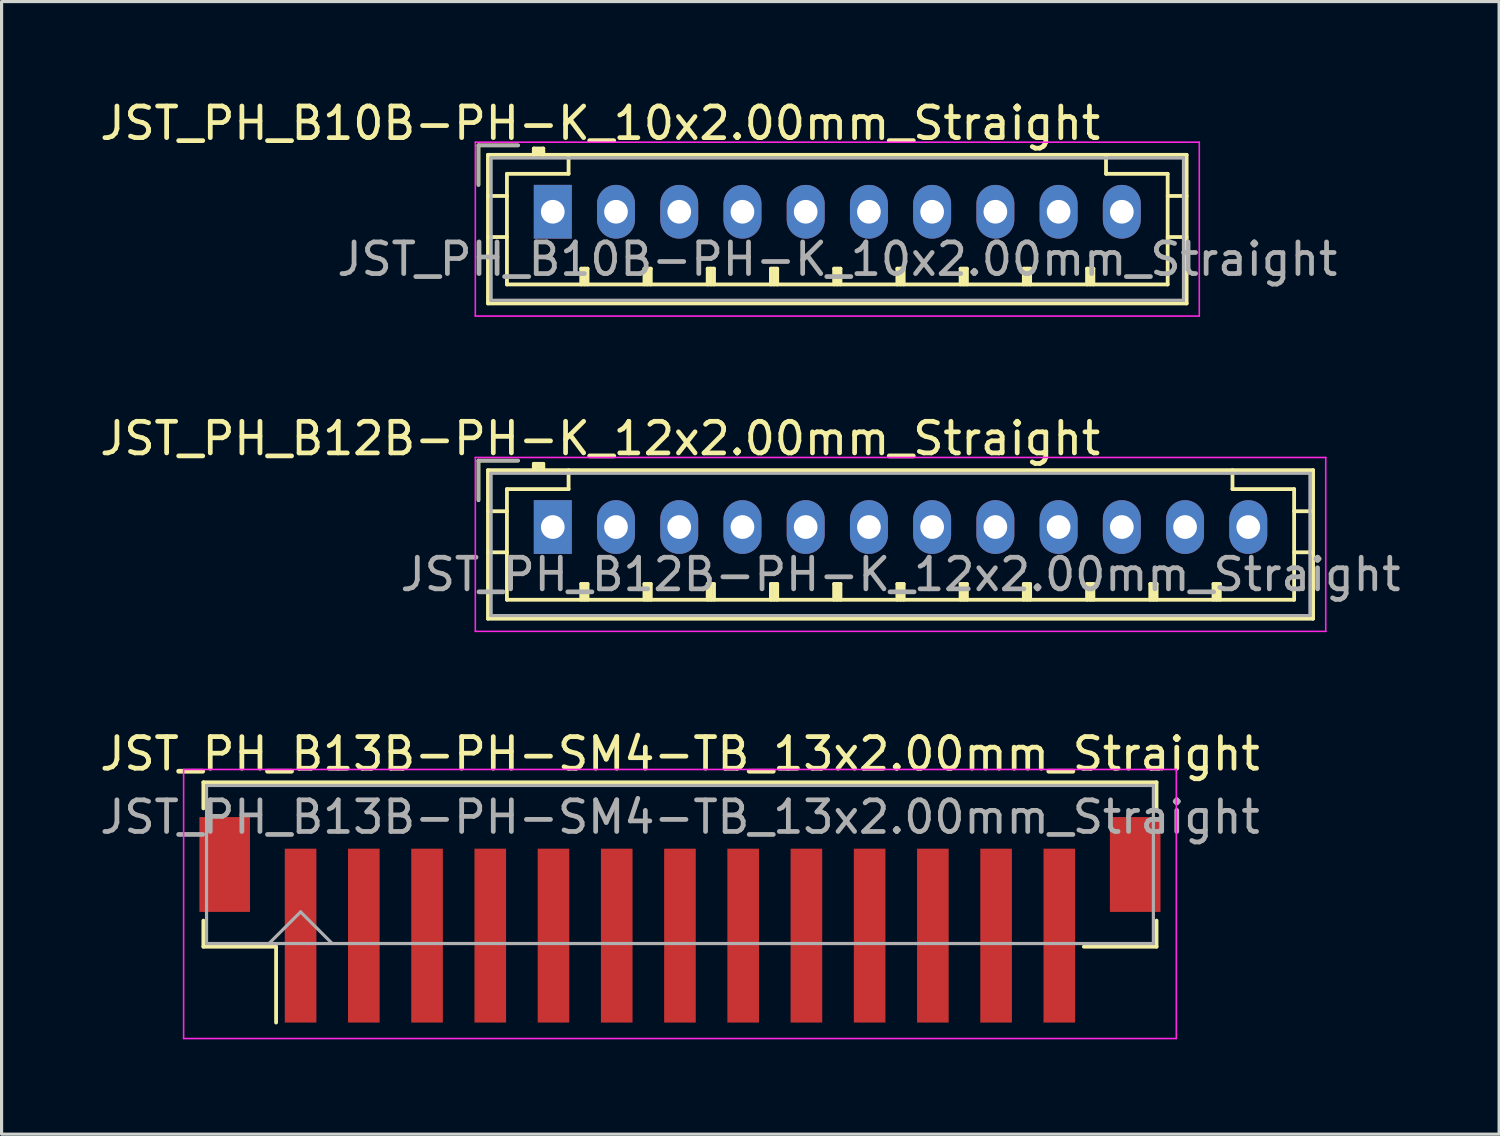
<source format=kicad_pcb>
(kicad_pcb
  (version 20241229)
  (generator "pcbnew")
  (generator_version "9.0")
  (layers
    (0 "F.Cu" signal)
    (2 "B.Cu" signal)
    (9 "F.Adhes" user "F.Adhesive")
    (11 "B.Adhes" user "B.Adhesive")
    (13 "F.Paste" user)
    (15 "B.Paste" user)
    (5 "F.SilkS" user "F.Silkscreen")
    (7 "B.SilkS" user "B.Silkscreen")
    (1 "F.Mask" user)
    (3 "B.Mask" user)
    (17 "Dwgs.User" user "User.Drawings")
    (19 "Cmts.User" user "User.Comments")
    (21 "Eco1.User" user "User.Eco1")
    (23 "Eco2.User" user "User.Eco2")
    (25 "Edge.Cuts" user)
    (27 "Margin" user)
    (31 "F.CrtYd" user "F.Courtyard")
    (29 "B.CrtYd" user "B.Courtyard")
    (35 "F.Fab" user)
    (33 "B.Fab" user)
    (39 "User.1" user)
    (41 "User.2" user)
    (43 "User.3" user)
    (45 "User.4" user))
  (footprint "JST_PH_B12B-PH-K_12x2.00mm_Straight"
    (layer "F.Cu")
    (at 14.435 13.621)
    (property "Reference" "JST_PH_B12B-PH-K_12x2.00mm_Straight" (at 1.5 -2.8 0) (layer "F.SilkS") (effects (font (size 1 1) (thickness 0.15))))
    (attr through_hole)
    (fp_line (start -2.35 -2.1) (end -2.35 -0.85) (stroke (width 0.12) (type solid)) (layer "F.SilkS"))
    (fp_line (start -2.05 -1.8) (end -2.05 2.9) (stroke (width 0.12) (type solid)) (layer "F.SilkS"))
    (fp_line (start -2.05 -0.5) (end -1.45 -0.5) (stroke (width 0.12) (type solid)) (layer "F.SilkS"))
    (fp_line (start -2.05 0.8) (end -1.45 0.8) (stroke (width 0.12) (type solid)) (layer "F.SilkS"))
    (fp_line (start -2.05 2.9) (end 24.05 2.9) (stroke (width 0.12) (type solid)) (layer "F.SilkS"))
    (fp_line (start -1.45 -1.2) (end -1.45 2.3) (stroke (width 0.12) (type solid)) (layer "F.SilkS"))
    (fp_line (start -1.45 2.3) (end 23.45 2.3) (stroke (width 0.12) (type solid)) (layer "F.SilkS"))
    (fp_line (start -1.1 -2.1) (end -2.35 -2.1) (stroke (width 0.12) (type solid)) (layer "F.SilkS"))
    (fp_line (start -0.6 -2) (end -0.6 -1.8) (stroke (width 0.12) (type solid)) (layer "F.SilkS"))
    (fp_line (start -0.3 -2) (end -0.6 -2) (stroke (width 0.12) (type solid)) (layer "F.SilkS"))
    (fp_line (start -0.3 -1.9) (end -0.6 -1.9) (stroke (width 0.12) (type solid)) (layer "F.SilkS"))
    (fp_line (start -0.3 -1.8) (end -0.3 -2) (stroke (width 0.12) (type solid)) (layer "F.SilkS"))
    (fp_line (start 0.5 -1.8) (end 0.5 -1.2) (stroke (width 0.12) (type solid)) (layer "F.SilkS"))
    (fp_line (start 0.5 -1.2) (end -1.45 -1.2) (stroke (width 0.12) (type solid)) (layer "F.SilkS"))
    (fp_line (start 0.9 1.8) (end 1.1 1.8) (stroke (width 0.12) (type solid)) (layer "F.SilkS"))
    (fp_line (start 0.9 2.3) (end 0.9 1.8) (stroke (width 0.12) (type solid)) (layer "F.SilkS"))
    (fp_line (start 1 2.3) (end 1 1.8) (stroke (width 0.12) (type solid)) (layer "F.SilkS"))
    (fp_line (start 1.1 1.8) (end 1.1 2.3) (stroke (width 0.12) (type solid)) (layer "F.SilkS"))
    (fp_line (start 2.9 1.8) (end 3.1 1.8) (stroke (width 0.12) (type solid)) (layer "F.SilkS"))
    (fp_line (start 2.9 2.3) (end 2.9 1.8) (stroke (width 0.12) (type solid)) (layer "F.SilkS"))
    (fp_line (start 3 2.3) (end 3 1.8) (stroke (width 0.12) (type solid)) (layer "F.SilkS"))
    (fp_line (start 3.1 1.8) (end 3.1 2.3) (stroke (width 0.12) (type solid)) (layer "F.SilkS"))
    (fp_line (start 4.9 1.8) (end 5.1 1.8) (stroke (width 0.12) (type solid)) (layer "F.SilkS"))
    (fp_line (start 4.9 2.3) (end 4.9 1.8) (stroke (width 0.12) (type solid)) (layer "F.SilkS"))
    (fp_line (start 5 2.3) (end 5 1.8) (stroke (width 0.12) (type solid)) (layer "F.SilkS"))
    (fp_line (start 5.1 1.8) (end 5.1 2.3) (stroke (width 0.12) (type solid)) (layer "F.SilkS"))
    (fp_line (start 6.9 1.8) (end 7.1 1.8) (stroke (width 0.12) (type solid)) (layer "F.SilkS"))
    (fp_line (start 6.9 2.3) (end 6.9 1.8) (stroke (width 0.12) (type solid)) (layer "F.SilkS"))
    (fp_line (start 7 2.3) (end 7 1.8) (stroke (width 0.12) (type solid)) (layer "F.SilkS"))
    (fp_line (start 7.1 1.8) (end 7.1 2.3) (stroke (width 0.12) (type solid)) (layer "F.SilkS"))
    (fp_line (start 8.9 1.8) (end 9.1 1.8) (stroke (width 0.12) (type solid)) (layer "F.SilkS"))
    (fp_line (start 8.9 2.3) (end 8.9 1.8) (stroke (width 0.12) (type solid)) (layer "F.SilkS"))
    (fp_line (start 9 2.3) (end 9 1.8) (stroke (width 0.12) (type solid)) (layer "F.SilkS"))
    (fp_line (start 9.1 1.8) (end 9.1 2.3) (stroke (width 0.12) (type solid)) (layer "F.SilkS"))
    (fp_line (start 10.9 1.8) (end 11.1 1.8) (stroke (width 0.12) (type solid)) (layer "F.SilkS"))
    (fp_line (start 10.9 2.3) (end 10.9 1.8) (stroke (width 0.12) (type solid)) (layer "F.SilkS"))
    (fp_line (start 11 2.3) (end 11 1.8) (stroke (width 0.12) (type solid)) (layer "F.SilkS"))
    (fp_line (start 11.1 1.8) (end 11.1 2.3) (stroke (width 0.12) (type solid)) (layer "F.SilkS"))
    (fp_line (start 12.9 1.8) (end 13.1 1.8) (stroke (width 0.12) (type solid)) (layer "F.SilkS"))
    (fp_line (start 12.9 2.3) (end 12.9 1.8) (stroke (width 0.12) (type solid)) (layer "F.SilkS"))
    (fp_line (start 13 2.3) (end 13 1.8) (stroke (width 0.12) (type solid)) (layer "F.SilkS"))
    (fp_line (start 13.1 1.8) (end 13.1 2.3) (stroke (width 0.12) (type solid)) (layer "F.SilkS"))
    (fp_line (start 14.9 1.8) (end 15.1 1.8) (stroke (width 0.12) (type solid)) (layer "F.SilkS"))
    (fp_line (start 14.9 2.3) (end 14.9 1.8) (stroke (width 0.12) (type solid)) (layer "F.SilkS"))
    (fp_line (start 15 2.3) (end 15 1.8) (stroke (width 0.12) (type solid)) (layer "F.SilkS"))
    (fp_line (start 15.1 1.8) (end 15.1 2.3) (stroke (width 0.12) (type solid)) (layer "F.SilkS"))
    (fp_line (start 16.9 1.8) (end 17.1 1.8) (stroke (width 0.12) (type solid)) (layer "F.SilkS"))
    (fp_line (start 16.9 2.3) (end 16.9 1.8) (stroke (width 0.12) (type solid)) (layer "F.SilkS"))
    (fp_line (start 17 2.3) (end 17 1.8) (stroke (width 0.12) (type solid)) (layer "F.SilkS"))
    (fp_line (start 17.1 1.8) (end 17.1 2.3) (stroke (width 0.12) (type solid)) (layer "F.SilkS"))
    (fp_line (start 18.9 1.8) (end 19.1 1.8) (stroke (width 0.12) (type solid)) (layer "F.SilkS"))
    (fp_line (start 18.9 2.3) (end 18.9 1.8) (stroke (width 0.12) (type solid)) (layer "F.SilkS"))
    (fp_line (start 19 2.3) (end 19 1.8) (stroke (width 0.12) (type solid)) (layer "F.SilkS"))
    (fp_line (start 19.1 1.8) (end 19.1 2.3) (stroke (width 0.12) (type solid)) (layer "F.SilkS"))
    (fp_line (start 20.9 1.8) (end 21.1 1.8) (stroke (width 0.12) (type solid)) (layer "F.SilkS"))
    (fp_line (start 20.9 2.3) (end 20.9 1.8) (stroke (width 0.12) (type solid)) (layer "F.SilkS"))
    (fp_line (start 21 2.3) (end 21 1.8) (stroke (width 0.12) (type solid)) (layer "F.SilkS"))
    (fp_line (start 21.1 1.8) (end 21.1 2.3) (stroke (width 0.12) (type solid)) (layer "F.SilkS"))
    (fp_line (start 21.5 -1.2) (end 21.5 -1.8) (stroke (width 0.12) (type solid)) (layer "F.SilkS"))
    (fp_line (start 23.45 -1.2) (end 21.5 -1.2) (stroke (width 0.12) (type solid)) (layer "F.SilkS"))
    (fp_line (start 23.45 2.3) (end 23.45 -1.2) (stroke (width 0.12) (type solid)) (layer "F.SilkS"))
    (fp_line (start 24.05 -1.8) (end -2.05 -1.8) (stroke (width 0.12) (type solid)) (layer "F.SilkS"))
    (fp_line (start 24.05 -0.5) (end 23.45 -0.5) (stroke (width 0.12) (type solid)) (layer "F.SilkS"))
    (fp_line (start 24.05 0.8) (end 23.45 0.8) (stroke (width 0.12) (type solid)) (layer "F.SilkS"))
    (fp_line (start 24.05 2.9) (end 24.05 -1.8) (stroke (width 0.12) (type solid)) (layer "F.SilkS"))
    (fp_line (start -2.45 -2.2) (end -2.45 3.3) (stroke (width 0.05) (type solid)) (layer "F.CrtYd"))
    (fp_line (start -2.45 3.3) (end 24.45 3.3) (stroke (width 0.05) (type solid)) (layer "F.CrtYd"))
    (fp_line (start 24.45 -2.2) (end -2.45 -2.2) (stroke (width 0.05) (type solid)) (layer "F.CrtYd"))
    (fp_line (start 24.45 3.3) (end 24.45 -2.2) (stroke (width 0.05) (type solid)) (layer "F.CrtYd"))
    (fp_line (start -2.35 -2.1) (end -2.35 -0.85) (stroke (width 0.1) (type solid)) (layer "F.Fab"))
    (fp_line (start -1.95 -1.7) (end -1.95 2.8) (stroke (width 0.1) (type solid)) (layer "F.Fab"))
    (fp_line (start -1.95 2.8) (end 23.95 2.8) (stroke (width 0.1) (type solid)) (layer "F.Fab"))
    (fp_line (start -1.1 -2.1) (end -2.35 -2.1) (stroke (width 0.1) (type solid)) (layer "F.Fab"))
    (fp_line (start 23.95 -1.7) (end -1.95 -1.7) (stroke (width 0.1) (type solid)) (layer "F.Fab"))
    (fp_line (start 23.95 2.8) (end 23.95 -1.7) (stroke (width 0.1) (type solid)) (layer "F.Fab"))
    (fp_text user "${REFERENCE}" (at 11 1.5 0) (layer "F.Fab") (effects (font (size 1 1) (thickness 0.15))))
    (pad "1" thru_hole rect (at 0 0) (size 1.2 1.7) (drill 0.75) (layers "*.Cu" "*.Mask"))
    (pad "2" thru_hole oval (at 2 0) (size 1.2 1.7) (drill 0.75) (layers "*.Cu" "*.Mask"))
    (pad "3" thru_hole oval (at 4 0) (size 1.2 1.7) (drill 0.75) (layers "*.Cu" "*.Mask"))
    (pad "4" thru_hole oval (at 6 0) (size 1.2 1.7) (drill 0.75) (layers "*.Cu" "*.Mask"))
    (pad "5" thru_hole oval (at 8 0) (size 1.2 1.7) (drill 0.75) (layers "*.Cu" "*.Mask"))
    (pad "6" thru_hole oval (at 10 0) (size 1.2 1.7) (drill 0.75) (layers "*.Cu" "*.Mask"))
    (pad "7" thru_hole oval (at 12 0) (size 1.2 1.7) (drill 0.75) (layers "*.Cu" "*.Mask"))
    (pad "8" thru_hole oval (at 14 0) (size 1.2 1.7) (drill 0.75) (layers "*.Cu" "*.Mask"))
    (pad "9" thru_hole oval (at 16 0) (size 1.2 1.7) (drill 0.75) (layers "*.Cu" "*.Mask"))
    (pad "10" thru_hole oval (at 18 0) (size 1.2 1.7) (drill 0.75) (layers "*.Cu" "*.Mask"))
    (pad "11" thru_hole oval (at 20 0) (size 1.2 1.7) (drill 0.75) (layers "*.Cu" "*.Mask"))
    (pad "12" thru_hole oval (at 22 0) (size 1.2 1.7) (drill 0.75) (layers "*.Cu" "*.Mask")))
  (footprint "JST_PH_B10B-PH-K_10x2.00mm_Straight"
    (layer "F.Cu")
    (at 14.435 3.648)
    (property "Reference" "JST_PH_B10B-PH-K_10x2.00mm_Straight" (at 1.5 -2.8 0) (layer "F.SilkS") (effects (font (size 1 1) (thickness 0.15))))
    (attr through_hole)
    (fp_line (start -2.35 -2.1) (end -2.35 -0.85) (stroke (width 0.12) (type solid)) (layer "F.SilkS"))
    (fp_line (start -2.05 -1.8) (end -2.05 2.9) (stroke (width 0.12) (type solid)) (layer "F.SilkS"))
    (fp_line (start -2.05 -0.5) (end -1.45 -0.5) (stroke (width 0.12) (type solid)) (layer "F.SilkS"))
    (fp_line (start -2.05 0.8) (end -1.45 0.8) (stroke (width 0.12) (type solid)) (layer "F.SilkS"))
    (fp_line (start -2.05 2.9) (end 20.05 2.9) (stroke (width 0.12) (type solid)) (layer "F.SilkS"))
    (fp_line (start -1.45 -1.2) (end -1.45 2.3) (stroke (width 0.12) (type solid)) (layer "F.SilkS"))
    (fp_line (start -1.45 2.3) (end 19.45 2.3) (stroke (width 0.12) (type solid)) (layer "F.SilkS"))
    (fp_line (start -1.1 -2.1) (end -2.35 -2.1) (stroke (width 0.12) (type solid)) (layer "F.SilkS"))
    (fp_line (start -0.6 -2) (end -0.6 -1.8) (stroke (width 0.12) (type solid)) (layer "F.SilkS"))
    (fp_line (start -0.3 -2) (end -0.6 -2) (stroke (width 0.12) (type solid)) (layer "F.SilkS"))
    (fp_line (start -0.3 -1.9) (end -0.6 -1.9) (stroke (width 0.12) (type solid)) (layer "F.SilkS"))
    (fp_line (start -0.3 -1.8) (end -0.3 -2) (stroke (width 0.12) (type solid)) (layer "F.SilkS"))
    (fp_line (start 0.5 -1.8) (end 0.5 -1.2) (stroke (width 0.12) (type solid)) (layer "F.SilkS"))
    (fp_line (start 0.5 -1.2) (end -1.45 -1.2) (stroke (width 0.12) (type solid)) (layer "F.SilkS"))
    (fp_line (start 0.9 1.8) (end 1.1 1.8) (stroke (width 0.12) (type solid)) (layer "F.SilkS"))
    (fp_line (start 0.9 2.3) (end 0.9 1.8) (stroke (width 0.12) (type solid)) (layer "F.SilkS"))
    (fp_line (start 1 2.3) (end 1 1.8) (stroke (width 0.12) (type solid)) (layer "F.SilkS"))
    (fp_line (start 1.1 1.8) (end 1.1 2.3) (stroke (width 0.12) (type solid)) (layer "F.SilkS"))
    (fp_line (start 2.9 1.8) (end 3.1 1.8) (stroke (width 0.12) (type solid)) (layer "F.SilkS"))
    (fp_line (start 2.9 2.3) (end 2.9 1.8) (stroke (width 0.12) (type solid)) (layer "F.SilkS"))
    (fp_line (start 3 2.3) (end 3 1.8) (stroke (width 0.12) (type solid)) (layer "F.SilkS"))
    (fp_line (start 3.1 1.8) (end 3.1 2.3) (stroke (width 0.12) (type solid)) (layer "F.SilkS"))
    (fp_line (start 4.9 1.8) (end 5.1 1.8) (stroke (width 0.12) (type solid)) (layer "F.SilkS"))
    (fp_line (start 4.9 2.3) (end 4.9 1.8) (stroke (width 0.12) (type solid)) (layer "F.SilkS"))
    (fp_line (start 5 2.3) (end 5 1.8) (stroke (width 0.12) (type solid)) (layer "F.SilkS"))
    (fp_line (start 5.1 1.8) (end 5.1 2.3) (stroke (width 0.12) (type solid)) (layer "F.SilkS"))
    (fp_line (start 6.9 1.8) (end 7.1 1.8) (stroke (width 0.12) (type solid)) (layer "F.SilkS"))
    (fp_line (start 6.9 2.3) (end 6.9 1.8) (stroke (width 0.12) (type solid)) (layer "F.SilkS"))
    (fp_line (start 7 2.3) (end 7 1.8) (stroke (width 0.12) (type solid)) (layer "F.SilkS"))
    (fp_line (start 7.1 1.8) (end 7.1 2.3) (stroke (width 0.12) (type solid)) (layer "F.SilkS"))
    (fp_line (start 8.9 1.8) (end 9.1 1.8) (stroke (width 0.12) (type solid)) (layer "F.SilkS"))
    (fp_line (start 8.9 2.3) (end 8.9 1.8) (stroke (width 0.12) (type solid)) (layer "F.SilkS"))
    (fp_line (start 9 2.3) (end 9 1.8) (stroke (width 0.12) (type solid)) (layer "F.SilkS"))
    (fp_line (start 9.1 1.8) (end 9.1 2.3) (stroke (width 0.12) (type solid)) (layer "F.SilkS"))
    (fp_line (start 10.9 1.8) (end 11.1 1.8) (stroke (width 0.12) (type solid)) (layer "F.SilkS"))
    (fp_line (start 10.9 2.3) (end 10.9 1.8) (stroke (width 0.12) (type solid)) (layer "F.SilkS"))
    (fp_line (start 11 2.3) (end 11 1.8) (stroke (width 0.12) (type solid)) (layer "F.SilkS"))
    (fp_line (start 11.1 1.8) (end 11.1 2.3) (stroke (width 0.12) (type solid)) (layer "F.SilkS"))
    (fp_line (start 12.9 1.8) (end 13.1 1.8) (stroke (width 0.12) (type solid)) (layer "F.SilkS"))
    (fp_line (start 12.9 2.3) (end 12.9 1.8) (stroke (width 0.12) (type solid)) (layer "F.SilkS"))
    (fp_line (start 13 2.3) (end 13 1.8) (stroke (width 0.12) (type solid)) (layer "F.SilkS"))
    (fp_line (start 13.1 1.8) (end 13.1 2.3) (stroke (width 0.12) (type solid)) (layer "F.SilkS"))
    (fp_line (start 14.9 1.8) (end 15.1 1.8) (stroke (width 0.12) (type solid)) (layer "F.SilkS"))
    (fp_line (start 14.9 2.3) (end 14.9 1.8) (stroke (width 0.12) (type solid)) (layer "F.SilkS"))
    (fp_line (start 15 2.3) (end 15 1.8) (stroke (width 0.12) (type solid)) (layer "F.SilkS"))
    (fp_line (start 15.1 1.8) (end 15.1 2.3) (stroke (width 0.12) (type solid)) (layer "F.SilkS"))
    (fp_line (start 16.9 1.8) (end 17.1 1.8) (stroke (width 0.12) (type solid)) (layer "F.SilkS"))
    (fp_line (start 16.9 2.3) (end 16.9 1.8) (stroke (width 0.12) (type solid)) (layer "F.SilkS"))
    (fp_line (start 17 2.3) (end 17 1.8) (stroke (width 0.12) (type solid)) (layer "F.SilkS"))
    (fp_line (start 17.1 1.8) (end 17.1 2.3) (stroke (width 0.12) (type solid)) (layer "F.SilkS"))
    (fp_line (start 17.5 -1.2) (end 17.5 -1.8) (stroke (width 0.12) (type solid)) (layer "F.SilkS"))
    (fp_line (start 19.45 -1.2) (end 17.5 -1.2) (stroke (width 0.12) (type solid)) (layer "F.SilkS"))
    (fp_line (start 19.45 2.3) (end 19.45 -1.2) (stroke (width 0.12) (type solid)) (layer "F.SilkS"))
    (fp_line (start 20.05 -1.8) (end -2.05 -1.8) (stroke (width 0.12) (type solid)) (layer "F.SilkS"))
    (fp_line (start 20.05 -0.5) (end 19.45 -0.5) (stroke (width 0.12) (type solid)) (layer "F.SilkS"))
    (fp_line (start 20.05 0.8) (end 19.45 0.8) (stroke (width 0.12) (type solid)) (layer "F.SilkS"))
    (fp_line (start 20.05 2.9) (end 20.05 -1.8) (stroke (width 0.12) (type solid)) (layer "F.SilkS"))
    (fp_line (start -2.45 -2.2) (end -2.45 3.3) (stroke (width 0.05) (type solid)) (layer "F.CrtYd"))
    (fp_line (start -2.45 3.3) (end 20.45 3.3) (stroke (width 0.05) (type solid)) (layer "F.CrtYd"))
    (fp_line (start 20.45 -2.2) (end -2.45 -2.2) (stroke (width 0.05) (type solid)) (layer "F.CrtYd"))
    (fp_line (start 20.45 3.3) (end 20.45 -2.2) (stroke (width 0.05) (type solid)) (layer "F.CrtYd"))
    (fp_line (start -2.35 -2.1) (end -2.35 -0.85) (stroke (width 0.1) (type solid)) (layer "F.Fab"))
    (fp_line (start -1.95 -1.7) (end -1.95 2.8) (stroke (width 0.1) (type solid)) (layer "F.Fab"))
    (fp_line (start -1.95 2.8) (end 19.95 2.8) (stroke (width 0.1) (type solid)) (layer "F.Fab"))
    (fp_line (start -1.1 -2.1) (end -2.35 -2.1) (stroke (width 0.1) (type solid)) (layer "F.Fab"))
    (fp_line (start 19.95 -1.7) (end -1.95 -1.7) (stroke (width 0.1) (type solid)) (layer "F.Fab"))
    (fp_line (start 19.95 2.8) (end 19.95 -1.7) (stroke (width 0.1) (type solid)) (layer "F.Fab"))
    (fp_text user "${REFERENCE}" (at 9 1.5 0) (layer "F.Fab") (effects (font (size 1 1) (thickness 0.15))))
    (pad "1" thru_hole rect (at 0 0) (size 1.2 1.7) (drill 0.75) (layers "*.Cu" "*.Mask"))
    (pad "2" thru_hole oval (at 2 0) (size 1.2 1.7) (drill 0.75) (layers "*.Cu" "*.Mask"))
    (pad "3" thru_hole oval (at 4 0) (size 1.2 1.7) (drill 0.75) (layers "*.Cu" "*.Mask"))
    (pad "4" thru_hole oval (at 6 0) (size 1.2 1.7) (drill 0.75) (layers "*.Cu" "*.Mask"))
    (pad "5" thru_hole oval (at 8 0) (size 1.2 1.7) (drill 0.75) (layers "*.Cu" "*.Mask"))
    (pad "6" thru_hole oval (at 10 0) (size 1.2 1.7) (drill 0.75) (layers "*.Cu" "*.Mask"))
    (pad "7" thru_hole oval (at 12 0) (size 1.2 1.7) (drill 0.75) (layers "*.Cu" "*.Mask"))
    (pad "8" thru_hole oval (at 14 0) (size 1.2 1.7) (drill 0.75) (layers "*.Cu" "*.Mask"))
    (pad "9" thru_hole oval (at 16 0) (size 1.2 1.7) (drill 0.75) (layers "*.Cu" "*.Mask"))
    (pad "10" thru_hole oval (at 18 0) (size 1.2 1.7) (drill 0.75) (layers "*.Cu" "*.Mask")))
  (footprint "JST_PH_B13B-PH-SM4-TB_13x2.00mm_Straight"
    (layer "F.Cu")
    (at 18.458 25.42)
    (property "Reference" "JST_PH_B13B-PH-SM4-TB_13x2.00mm_Straight" (at 0 -4.625 0) (layer "F.SilkS") (effects (font (size 1 1) (thickness 0.15))))
    (attr smd)
    (fp_line (start -15.075 -3.725) (end 15.075 -3.725) (stroke (width 0.12) (type solid)) (layer "F.SilkS"))
    (fp_line (start -15.075 -2.9) (end -15.075 -3.725) (stroke (width 0.12) (type solid)) (layer "F.SilkS"))
    (fp_line (start -15.075 0.65) (end -15.075 1.475) (stroke (width 0.12) (type solid)) (layer "F.SilkS"))
    (fp_line (start -15.075 1.475) (end -12.775 1.475) (stroke (width 0.12) (type solid)) (layer "F.SilkS"))
    (fp_line (start -12.775 1.475) (end -12.775 3.875) (stroke (width 0.12) (type solid)) (layer "F.SilkS"))
    (fp_line (start 15.075 -3.725) (end 15.075 -2.9) (stroke (width 0.12) (type solid)) (layer "F.SilkS"))
    (fp_line (start 15.075 0.65) (end 15.075 1.475) (stroke (width 0.12) (type solid)) (layer "F.SilkS"))
    (fp_line (start 15.075 1.475) (end 12.775 1.475) (stroke (width 0.12) (type solid)) (layer "F.SilkS"))
    (fp_line (start -15.7 -4.13) (end -15.7 4.38) (stroke (width 0.05) (type solid)) (layer "F.CrtYd"))
    (fp_line (start -15.7 4.38) (end 15.7 4.38) (stroke (width 0.05) (type solid)) (layer "F.CrtYd"))
    (fp_line (start 15.7 -4.13) (end -15.7 -4.13) (stroke (width 0.05) (type solid)) (layer "F.CrtYd"))
    (fp_line (start 15.7 4.38) (end 15.7 -4.13) (stroke (width 0.05) (type solid)) (layer "F.CrtYd"))
    (fp_line (start -14.975 -3.625) (end -14.975 1.375) (stroke (width 0.1) (type solid)) (layer "F.Fab"))
    (fp_line (start -14.975 1.375) (end 14.975 1.375) (stroke (width 0.1) (type solid)) (layer "F.Fab"))
    (fp_line (start -13 1.375) (end -12 0.375) (stroke (width 0.1) (type solid)) (layer "F.Fab"))
    (fp_line (start -12 0.375) (end -11 1.375) (stroke (width 0.1) (type solid)) (layer "F.Fab"))
    (fp_line (start 14.975 -3.625) (end -14.975 -3.625) (stroke (width 0.1) (type solid)) (layer "F.Fab"))
    (fp_line (start 14.975 1.375) (end 14.975 -3.625) (stroke (width 0.1) (type solid)) (layer "F.Fab"))
    (fp_text user "${REFERENCE}" (at 0 -2.625 0) (layer "F.Fab") (effects (font (size 1 1) (thickness 0.15))))
    (pad "" smd rect (at -14.4 -1.125) (size 1.6 3) (layers "F.Cu" "F.Mask" "F.Paste"))
    (pad "" smd rect (at 14.4 -1.125) (size 1.6 3) (layers "F.Cu" "F.Mask" "F.Paste"))
    (pad "1" smd rect (at -12 1.125) (size 1 5.5) (layers "F.Cu" "F.Mask" "F.Paste"))
    (pad "2" smd rect (at -10 1.125) (size 1 5.5) (layers "F.Cu" "F.Mask" "F.Paste"))
    (pad "3" smd rect (at -8 1.125) (size 1 5.5) (layers "F.Cu" "F.Mask" "F.Paste"))
    (pad "4" smd rect (at -6 1.125) (size 1 5.5) (layers "F.Cu" "F.Mask" "F.Paste"))
    (pad "5" smd rect (at -4 1.125) (size 1 5.5) (layers "F.Cu" "F.Mask" "F.Paste"))
    (pad "6" smd rect (at -2 1.125) (size 1 5.5) (layers "F.Cu" "F.Mask" "F.Paste"))
    (pad "7" smd rect (at 0 1.125) (size 1 5.5) (layers "F.Cu" "F.Mask" "F.Paste"))
    (pad "8" smd rect (at 2 1.125) (size 1 5.5) (layers "F.Cu" "F.Mask" "F.Paste"))
    (pad "9" smd rect (at 4 1.125) (size 1 5.5) (layers "F.Cu" "F.Mask" "F.Paste"))
    (pad "10" smd rect (at 6 1.125) (size 1 5.5) (layers "F.Cu" "F.Mask" "F.Paste"))
    (pad "11" smd rect (at 8 1.125) (size 1 5.5) (layers "F.Cu" "F.Mask" "F.Paste"))
    (pad "12" smd rect (at 10 1.125) (size 1 5.5) (layers "F.Cu" "F.Mask" "F.Paste"))
    (pad "13" smd rect (at 12 1.125) (size 1 5.5) (layers "F.Cu" "F.Mask" "F.Paste")))
  (gr_rect
    (start -3 -3)
    (end 44.369 32.825)
    (stroke (width 0.1) (type default))
    (fill no)
    (layer "Edge.Cuts")))
</source>
